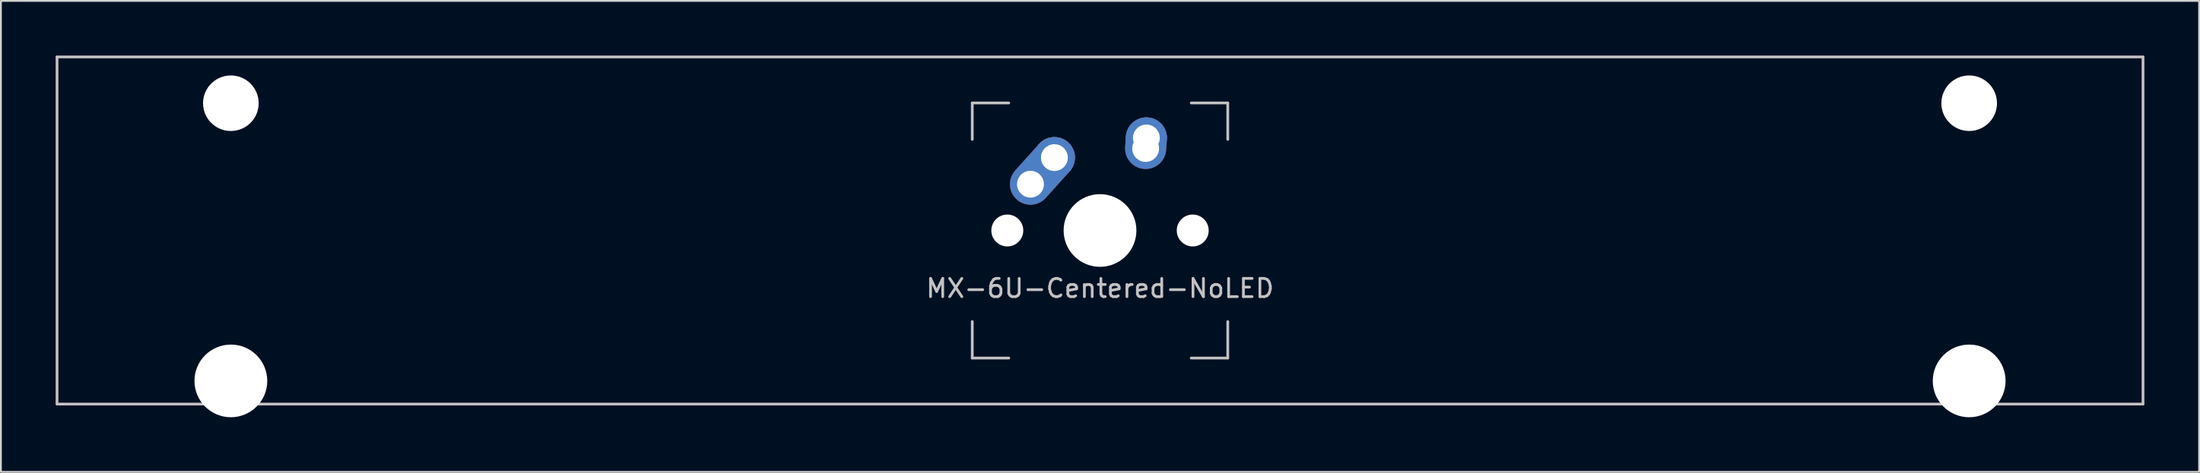
<source format=kicad_pcb>
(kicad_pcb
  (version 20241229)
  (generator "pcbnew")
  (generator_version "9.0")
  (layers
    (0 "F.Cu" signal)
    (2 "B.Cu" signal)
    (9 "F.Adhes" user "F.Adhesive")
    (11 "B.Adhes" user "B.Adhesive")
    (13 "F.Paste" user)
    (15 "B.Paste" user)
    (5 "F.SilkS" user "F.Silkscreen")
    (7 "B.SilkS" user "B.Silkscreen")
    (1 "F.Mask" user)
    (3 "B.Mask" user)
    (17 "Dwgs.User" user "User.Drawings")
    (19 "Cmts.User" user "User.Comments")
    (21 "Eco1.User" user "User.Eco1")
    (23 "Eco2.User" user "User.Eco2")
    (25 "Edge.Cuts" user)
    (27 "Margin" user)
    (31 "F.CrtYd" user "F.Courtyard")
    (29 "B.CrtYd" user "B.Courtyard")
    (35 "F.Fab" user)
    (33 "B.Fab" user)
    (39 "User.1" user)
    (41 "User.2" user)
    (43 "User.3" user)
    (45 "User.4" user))
  (footprint "MX-6U-Centered-NoLED"
    (layer "F.Cu")
    (at 57.225 9.6)
    (property "Reference" "MX-6U-Centered-NoLED" (at 0 3.175 0) (layer "Dwgs.User") (effects (font (size 1 1) (thickness 0.15))))
    (attr through_hole)
    (fp_line (start -57.15 -9.525) (end 57.15 -9.525) (stroke (width 0.15) (type solid)) (layer "Dwgs.User"))
    (fp_line (start -57.15 9.525) (end -57.15 -9.525) (stroke (width 0.15) (type solid)) (layer "Dwgs.User"))
    (fp_line (start -57.15 9.525) (end 57.15 9.525) (stroke (width 0.15) (type solid)) (layer "Dwgs.User"))
    (fp_line (start -7 -7) (end -7 -5) (stroke (width 0.15) (type solid)) (layer "Dwgs.User"))
    (fp_line (start -7 5) (end -7 7) (stroke (width 0.15) (type solid)) (layer "Dwgs.User"))
    (fp_line (start -7 7) (end -5 7) (stroke (width 0.15) (type solid)) (layer "Dwgs.User"))
    (fp_line (start -5 -7) (end -7 -7) (stroke (width 0.15) (type solid)) (layer "Dwgs.User"))
    (fp_line (start 5 -7) (end 7 -7) (stroke (width 0.15) (type solid)) (layer "Dwgs.User"))
    (fp_line (start 5 7) (end 7 7) (stroke (width 0.15) (type solid)) (layer "Dwgs.User"))
    (fp_line (start 7 -7) (end 7 -5) (stroke (width 0.15) (type solid)) (layer "Dwgs.User"))
    (fp_line (start 7 7) (end 7 5) (stroke (width 0.15) (type solid)) (layer "Dwgs.User"))
    (fp_line (start 57.15 -9.525) (end 57.15 9.525) (stroke (width 0.15) (type solid)) (layer "Dwgs.User"))
    (pad "" np_thru_hole circle (at -47.625 -6.985) (size 3.048 3.048) (drill 3.048) (layers "*.Cu" "*.Mask"))
    (pad "" np_thru_hole circle (at -47.625 8.255) (size 3.988 3.988) (drill 3.988) (layers "*.Cu" "*.Mask"))
    (pad "" np_thru_hole circle (at -5.08 0 48.1) (size 1.75 1.75) (drill 1.75) (layers "*.Cu" "*.Mask"))
    (pad "" np_thru_hole circle (at 0 0) (size 3.988 3.988) (drill 3.988) (layers "*.Cu" "*.Mask"))
    (pad "" np_thru_hole circle (at 5.08 0 48.1) (size 1.75 1.75) (drill 1.75) (layers "*.Cu" "*.Mask"))
    (pad "" np_thru_hole circle (at 47.625 -6.985) (size 3.048 3.048) (drill 3.048) (layers "*.Cu" "*.Mask"))
    (pad "" np_thru_hole circle (at 47.625 8.255) (size 3.988 3.988) (drill 3.988) (layers "*.Cu" "*.Mask"))
    (pad "1" thru_hole oval (at -3.81 -2.54 48.1) (size 4.212 2.25) (drill 1.47 (offset 0.981 0)) (layers "*.Cu" "B.Mask"))
    (pad "1" thru_hole circle (at -2.5 -4) (size 2.25 2.25) (drill 1.47) (layers "*.Cu" "B.Mask"))
    (pad "2" thru_hole oval (at 2.5 -4.5 86.055) (size 2.831 2.25) (drill 1.47 (offset 0.291 0)) (layers "*.Cu" "B.Mask"))
    (pad "2" thru_hole circle (at 2.54 -5.08) (size 2.25 2.25) (drill 1.47) (layers "*.Cu" "B.Mask")))
  (gr_rect
    (start -3 -3)
    (end 117.45 22.849)
    (stroke (width 0.1) (type default))
    (fill no)
    (layer "Edge.Cuts")))
</source>
